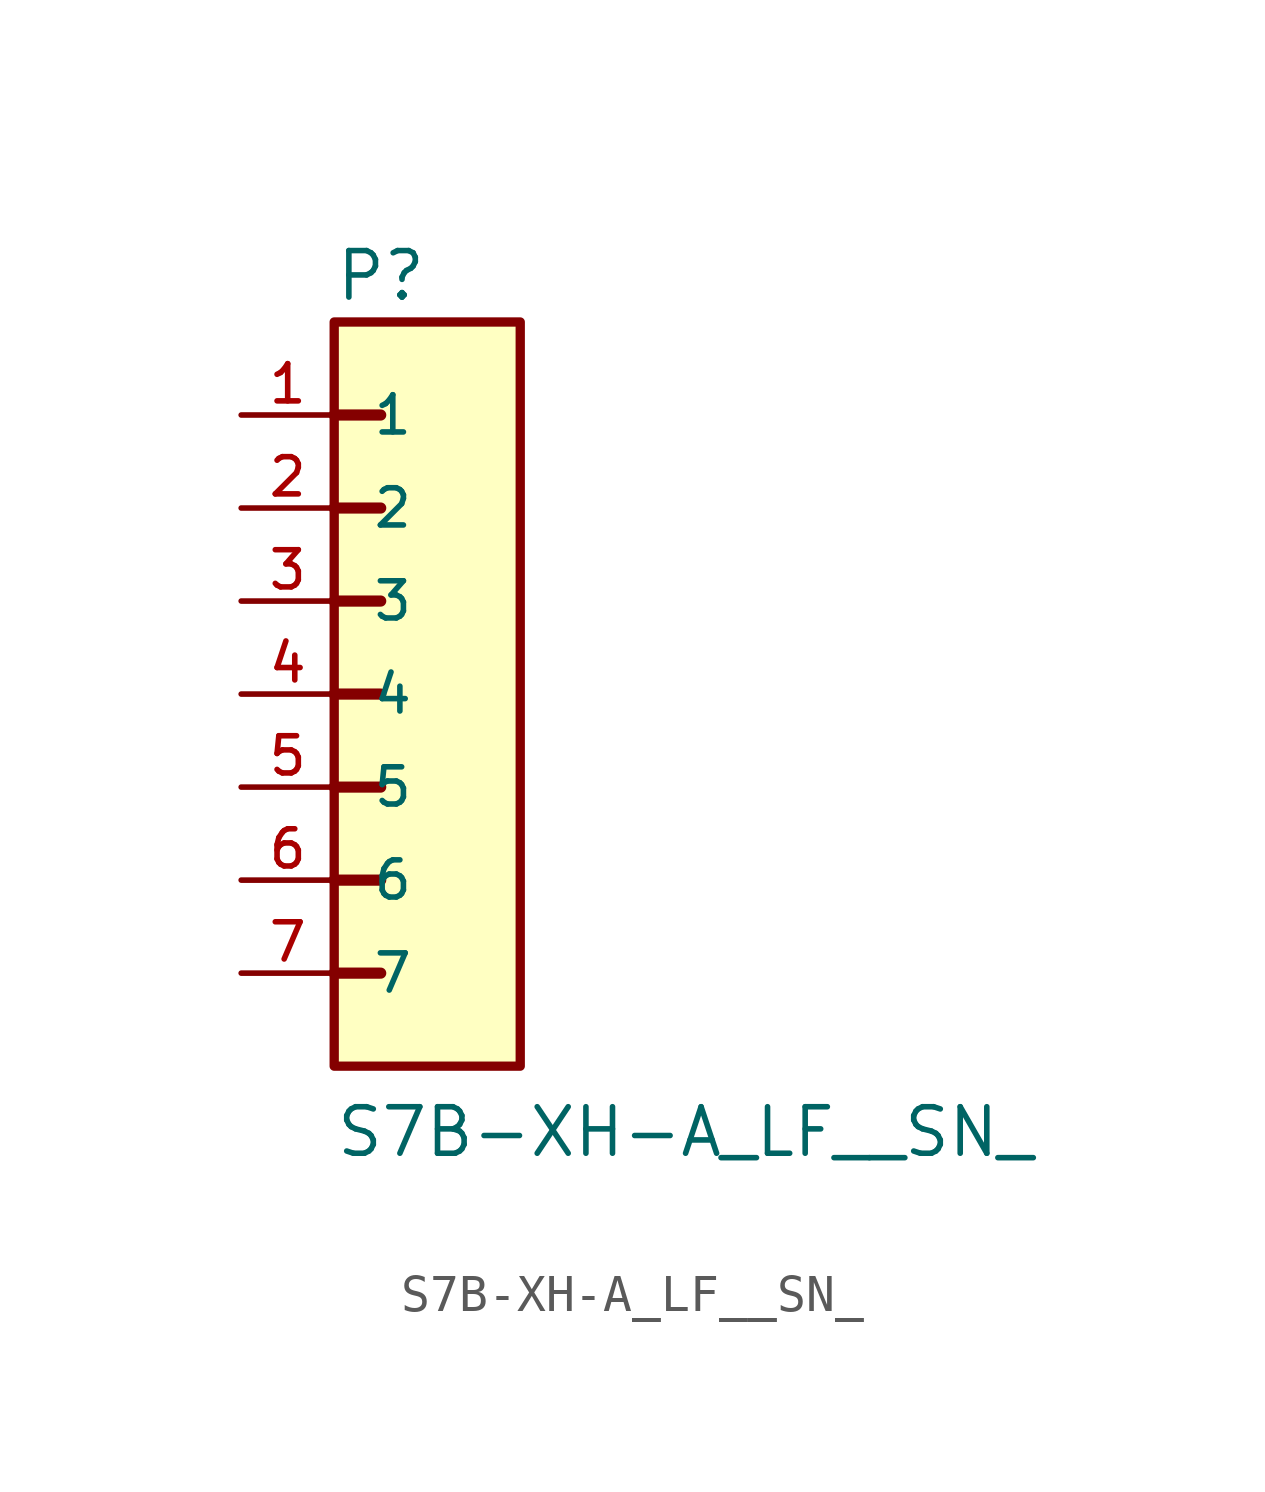
<source format=kicad_sym>
(kicad_symbol_lib
  (version 20211014)
  (generator kicad_symbol_editor)
  (symbol "S7B-XH-A_LF__SN_"
    (pin_names
      (offset 1.016))
    (property "Reference" "P"
      (at -2.542 10.677 0)
      (effects (font (size 1.27 1.27)) (justify bottom left)))
    (property "Value" "S7B-XH-A_LF__SN_"
      (at -2.54 -12.701 0)
      (effects (font (size 1.27 1.27)) (justify bottom left)))
    (symbol "S7B-XH-A_LF__SN__0_0"
      (polyline (pts (xy -2.54 7.62) (xy -1.27 7.62)) (stroke (width 0.305)))
      (polyline (pts (xy -2.54 5.08) (xy -1.27 5.08)) (stroke (width 0.305)))
      (polyline (pts (xy -2.54 2.54) (xy -1.27 2.54)) (stroke (width 0.305)))
      (polyline (pts (xy -2.54 0.0) (xy -1.27 0.0)) (stroke (width 0.305)))
      (polyline (pts (xy -2.54 -2.54) (xy -1.27 -2.54)) (stroke (width 0.305)))
      (polyline (pts (xy -2.54 -5.08) (xy -1.27 -5.08)) (stroke (width 0.305)))
      (polyline (pts (xy -2.54 -7.62) (xy -1.27 -7.62)) (stroke (width 0.305)))
      (rectangle (start -2.54 -10.16) (end 2.54 10.16) (stroke (width 0.254)) (fill (type background)))
      (pin passive line (at -5.08 7.62 0) (length 2.54) (name "1" (effects (font (size 1.016 1.016)))) (number "1" (effects (font (size 1.016 1.016)))))
      (pin passive line (at -5.08 5.08 0) (length 2.54) (name "2" (effects (font (size 1.016 1.016)))) (number "2" (effects (font (size 1.016 1.016)))))
      (pin passive line (at -5.08 2.54 0) (length 2.54) (name "3" (effects (font (size 1.016 1.016)))) (number "3" (effects (font (size 1.016 1.016)))))
      (pin passive line (at -5.08 0.0 0) (length 2.54) (name "4" (effects (font (size 1.016 1.016)))) (number "4" (effects (font (size 1.016 1.016)))))
      (pin passive line (at -5.08 -2.54 0) (length 2.54) (name "5" (effects (font (size 1.016 1.016)))) (number "5" (effects (font (size 1.016 1.016)))))
      (pin passive line (at -5.08 -5.08 0) (length 2.54) (name "6" (effects (font (size 1.016 1.016)))) (number "6" (effects (font (size 1.016 1.016)))))
      (pin passive line (at -5.08 -7.62 0) (length 2.54) (name "7" (effects (font (size 1.016 1.016)))) (number "7" (effects (font (size 1.016 1.016))))))))
</source>
